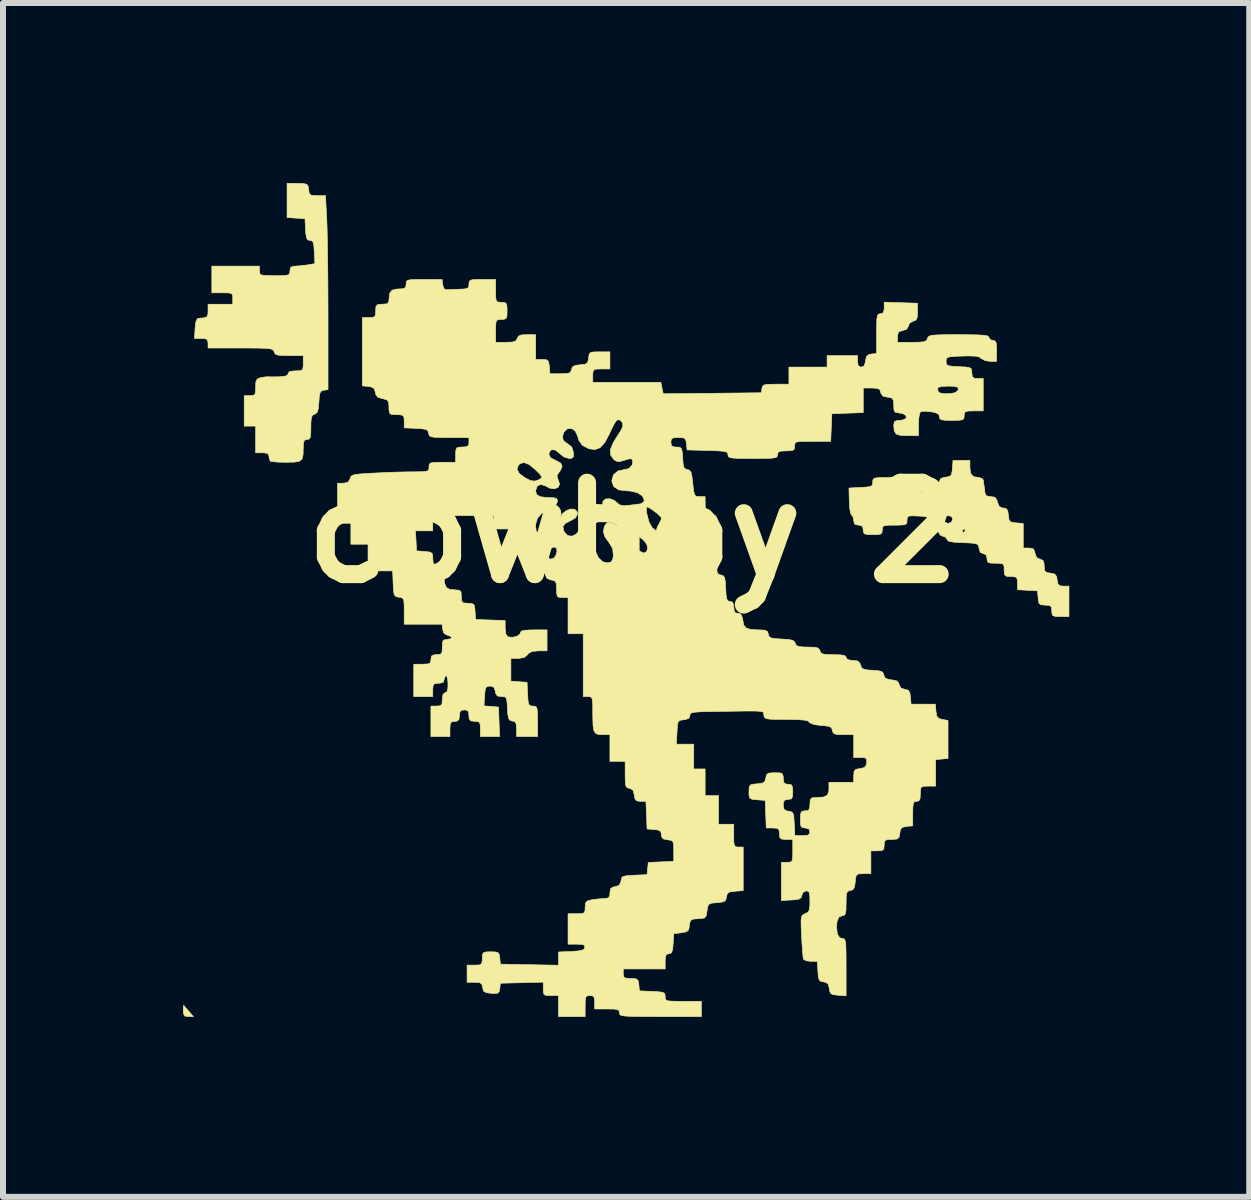
<source format=kicad_pcb>
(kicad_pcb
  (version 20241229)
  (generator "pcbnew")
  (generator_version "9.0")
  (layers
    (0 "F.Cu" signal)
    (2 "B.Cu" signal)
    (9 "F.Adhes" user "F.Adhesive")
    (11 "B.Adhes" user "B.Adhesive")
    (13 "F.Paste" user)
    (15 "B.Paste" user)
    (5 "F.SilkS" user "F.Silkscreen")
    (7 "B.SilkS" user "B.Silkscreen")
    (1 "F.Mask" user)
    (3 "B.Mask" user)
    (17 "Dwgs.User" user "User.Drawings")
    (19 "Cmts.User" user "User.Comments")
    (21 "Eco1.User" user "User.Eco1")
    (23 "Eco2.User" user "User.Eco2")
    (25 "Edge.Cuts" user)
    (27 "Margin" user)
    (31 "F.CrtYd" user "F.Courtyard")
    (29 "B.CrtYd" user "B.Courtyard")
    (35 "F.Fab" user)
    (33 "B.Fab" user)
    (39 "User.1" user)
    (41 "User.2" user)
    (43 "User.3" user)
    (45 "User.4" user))
  (footprint "cowboy 2"
    (layer "F.Cu")
    (at 7.498 5.831)
    (property "Reference" "cowboy 2" (at 0 0 0) (layer "F.SilkS") (effects (font (size 1.524 1.524) (thickness 0.3))))
    (attr through_hole)
    (fp_poly (pts (xy -7.485 7.877) (xy -7.461 7.907) (xy -7.411 7.965) (xy -7.4 7.977) (xy -7.323 8.065) (xy -7.408 8.065) (xy -7.467 8.056) (xy -7.49 8.017) (xy -7.493 7.964) (xy -7.491 7.899) (xy -7.486 7.876) (xy -7.485 7.877)) (stroke (width 0.01) (type solid)) (fill yes) (layer "F.SilkS"))
    (fp_poly (pts (xy -5.588 -5.824) (xy -5.488 -5.821) (xy -5.435 -5.809) (xy -5.412 -5.779) (xy -5.404 -5.722) (xy -5.403 -5.721) (xy -5.393 -5.657) (xy -5.364 -5.628) (xy -5.299 -5.62) (xy -5.258 -5.62) (xy -5.122 -5.62) (xy -5.101 -5.215) (xy -5.096 -5.088) (xy -5.092 -4.908) (xy -5.088 -4.685) (xy -5.085 -4.43) (xy -5.082 -4.152) (xy -5.081 -3.863) (xy -5.08 -3.598) (xy -5.08 -2.386) (xy -5.151 -2.376) (xy -5.192 -2.363) (xy -5.215 -2.328) (xy -5.227 -2.257) (xy -5.232 -2.179) (xy -5.242 -2.071) (xy -5.259 -2.01) (xy -5.29 -1.982) (xy -5.304 -1.977) (xy -5.338 -1.96) (xy -5.357 -1.919) (xy -5.365 -1.841) (xy -5.366 -1.758) (xy -5.368 -1.648) (xy -5.377 -1.587) (xy -5.397 -1.561) (xy -5.429 -1.556) (xy -5.469 -1.546) (xy -5.488 -1.507) (xy -5.493 -1.421) (xy -5.493 -1.415) (xy -5.496 -1.301) (xy -5.513 -1.23) (xy -5.556 -1.193) (xy -5.638 -1.178) (xy -5.771 -1.175) (xy -5.777 -1.175) (xy -5.896 -1.177) (xy -5.989 -1.184) (xy -6.04 -1.194) (xy -6.043 -1.196) (xy -6.061 -1.243) (xy -6.064 -1.275) (xy -6.079 -1.316) (xy -6.134 -1.332) (xy -6.175 -1.333) (xy -6.287 -1.333) (xy -6.287 -1.778) (xy -6.477 -1.778) (xy -6.477 -2.286) (xy -6.382 -2.286) (xy -6.323 -2.29) (xy -6.295 -2.315) (xy -6.287 -2.377) (xy -6.287 -2.426) (xy -6.283 -2.515) (xy -6.263 -2.56) (xy -6.217 -2.582) (xy -6.196 -2.587) (xy -6.121 -2.599) (xy -6.077 -2.601) (xy -6.03 -2.599) (xy -5.945 -2.599) (xy -5.898 -2.6) (xy -5.8 -2.608) (xy -5.754 -2.63) (xy -5.747 -2.651) (xy -5.726 -2.684) (xy -5.656 -2.698) (xy -5.62 -2.699) (xy -5.538 -2.702) (xy -5.502 -2.723) (xy -5.493 -2.781) (xy -5.493 -2.826) (xy -5.493 -2.953) (xy -5.727 -2.953) (xy -5.849 -2.955) (xy -5.922 -2.963) (xy -5.96 -2.98) (xy -5.977 -3.012) (xy -5.978 -3.016) (xy -5.987 -3.039) (xy -6.007 -3.056) (xy -6.047 -3.067) (xy -6.116 -3.074) (xy -6.222 -3.078) (xy -6.376 -3.08) (xy -6.538 -3.08) (xy -7.08 -3.08) (xy -7.08 -3.159) (xy -7.088 -3.213) (xy -7.125 -3.235) (xy -7.193 -3.239) (xy -7.306 -3.239) (xy -7.296 -3.405) (xy -7.284 -3.512) (xy -7.261 -3.565) (xy -7.239 -3.575) (xy -7.145 -3.583) (xy -7.098 -3.601) (xy -7.082 -3.641) (xy -7.08 -3.699) (xy -7.08 -3.81) (xy -6.668 -3.81) (xy -6.668 -3.905) (xy -6.67 -3.96) (xy -6.69 -3.988) (xy -6.741 -3.999) (xy -6.839 -4) (xy -7.017 -4) (xy -7.017 -4.445) (xy -6.223 -4.445) (xy -6.223 -4.366) (xy -6.22 -4.326) (xy -6.204 -4.303) (xy -6.16 -4.291) (xy -6.076 -4.287) (xy -5.969 -4.286) (xy -5.843 -4.287) (xy -5.768 -4.292) (xy -5.73 -4.306) (xy -5.717 -4.332) (xy -5.715 -4.366) (xy -5.703 -4.424) (xy -5.656 -4.444) (xy -5.628 -4.445) (xy -5.536 -4.451) (xy -5.429 -4.464) (xy -5.42 -4.466) (xy -5.299 -4.486) (xy -5.309 -4.68) (xy -5.316 -4.788) (xy -5.33 -4.846) (xy -5.355 -4.87) (xy -5.382 -4.874) (xy -5.418 -4.882) (xy -5.439 -4.917) (xy -5.451 -4.992) (xy -5.455 -5.055) (xy -5.464 -5.235) (xy -5.763 -5.255) (xy -5.763 -5.826) (xy -5.588 -5.824)) (stroke (width 0.01) (type solid)) (fill yes) (layer "F.SilkS"))
    (fp_poly (pts (xy 5.62 -1.083) (xy 5.633 -0.986) (xy 5.681 -0.935) (xy 5.776 -0.921) (xy 5.781 -0.921) (xy 5.834 -0.896) (xy 5.846 -0.865) (xy 5.853 -0.799) (xy 5.857 -0.778) (xy 5.865 -0.722) (xy 5.869 -0.675) (xy 5.886 -0.622) (xy 5.941 -0.604) (xy 5.966 -0.603) (xy 6.036 -0.592) (xy 6.07 -0.545) (xy 6.08 -0.508) (xy 6.109 -0.437) (xy 6.161 -0.413) (xy 6.176 -0.413) (xy 6.227 -0.403) (xy 6.251 -0.362) (xy 6.261 -0.294) (xy 6.272 -0.215) (xy 6.303 -0.179) (xy 6.373 -0.166) (xy 6.39 -0.165) (xy 6.509 -0.155) (xy 6.509 0.254) (xy 6.602 0.254) (xy 6.671 0.264) (xy 6.699 0.307) (xy 6.705 0.341) (xy 6.731 0.413) (xy 6.787 0.439) (xy 6.837 0.459) (xy 6.856 0.511) (xy 6.858 0.556) (xy 6.865 0.629) (xy 6.897 0.662) (xy 6.961 0.673) (xy 7.034 0.688) (xy 7.065 0.729) (xy 7.074 0.786) (xy 7.089 0.857) (xy 7.126 0.885) (xy 7.178 0.889) (xy 7.271 0.889) (xy 7.271 1.397) (xy 7.128 1.397) (xy 7.04 1.394) (xy 6.998 1.378) (xy 6.986 1.338) (xy 6.985 1.302) (xy 6.979 1.237) (xy 6.947 1.211) (xy 6.876 1.206) (xy 6.804 1.201) (xy 6.771 1.174) (xy 6.758 1.104) (xy 6.757 1.087) (xy 6.747 0.968) (xy 6.58 0.959) (xy 6.413 0.949) (xy 6.413 0.84) (xy 6.408 0.766) (xy 6.38 0.736) (xy 6.31 0.73) (xy 6.302 0.73) (xy 6.228 0.725) (xy 6.197 0.698) (xy 6.191 0.628) (xy 6.191 0.619) (xy 6.188 0.551) (xy 6.168 0.519) (xy 6.112 0.509) (xy 6.048 0.508) (xy 5.96 0.505) (xy 5.918 0.489) (xy 5.906 0.45) (xy 5.905 0.429) (xy 5.89 0.366) (xy 5.844 0.349) (xy 5.793 0.327) (xy 5.773 0.262) (xy 5.765 0.219) (xy 5.747 0.193) (xy 5.703 0.178) (xy 5.622 0.17) (xy 5.501 0.165) (xy 5.366 0.158) (xy 5.285 0.147) (xy 5.246 0.128) (xy 5.239 0.11) (xy 5.213 0.072) (xy 5.179 0.064) (xy 5.123 0.037) (xy 5.103 0) (xy 5.078 -0.032) (xy 5.493 -0.032) (xy 5.504 -0.001) (xy 5.507 0) (xy 5.534 -0.022) (xy 5.54 -0.032) (xy 5.538 -0.061) (xy 5.526 -0.064) (xy 5.494 -0.04) (xy 5.493 -0.032) (xy 5.078 -0.032) (xy 5.061 -0.053) (xy 5.021 -0.064) (xy 4.973 -0.08) (xy 4.951 -0.138) (xy 4.947 -0.167) (xy 4.939 -0.22) (xy 5.174 -0.22) (xy 5.196 -0.18) (xy 5.253 -0.156) (xy 5.308 -0.173) (xy 5.334 -0.221) (xy 5.334 -0.222) (xy 5.315 -0.272) (xy 5.255 -0.286) (xy 5.192 -0.266) (xy 5.174 -0.22) (xy 4.939 -0.22) (xy 4.939 -0.225) (xy 4.917 -0.257) (xy 4.865 -0.271) (xy 4.768 -0.279) (xy 4.755 -0.279) (xy 4.652 -0.283) (xy 4.597 -0.277) (xy 4.576 -0.254) (xy 4.572 -0.21) (xy 4.572 -0.208) (xy 4.569 -0.164) (xy 4.549 -0.14) (xy 4.498 -0.13) (xy 4.402 -0.127) (xy 4.366 -0.127) (xy 4.255 -0.126) (xy 4.193 -0.118) (xy 4.166 -0.098) (xy 4.159 -0.061) (xy 4.159 -0.048) (xy 4.154 -0.001) (xy 4.128 0.023) (xy 4.064 0.031) (xy 4 0.032) (xy 3.906 0.029) (xy 3.859 0.016) (xy 3.843 -0.016) (xy 3.842 -0.048) (xy 3.829 -0.108) (xy 3.777 -0.127) (xy 3.762 -0.127) (xy 3.702 -0.14) (xy 3.683 -0.192) (xy 3.683 -0.204) (xy 3.671 -0.267) (xy 3.649 -0.292) (xy 3.63 -0.328) (xy 3.616 -0.411) (xy 3.609 -0.525) (xy 3.604 -0.746) (xy 3.802 -0.756) (xy 3.91 -0.763) (xy 3.97 -0.774) (xy 3.995 -0.798) (xy 4 -0.839) (xy 4 -0.843) (xy 4.003 -0.881) (xy 4.019 -0.904) (xy 4.062 -0.916) (xy 4.143 -0.92) (xy 4.27 -0.921) (xy 4.402 -0.92) (xy 4.482 -0.914) (xy 4.523 -0.901) (xy 4.539 -0.878) (xy 4.54 -0.857) (xy 4.556 -0.81) (xy 4.612 -0.794) (xy 4.633 -0.794) (xy 4.713 -0.776) (xy 4.747 -0.73) (xy 4.793 -0.677) (xy 4.847 -0.667) (xy 4.92 -0.689) (xy 4.944 -0.73) (xy 4.986 -0.784) (xy 5.036 -0.794) (xy 5.097 -0.811) (xy 5.112 -0.855) (xy 5.13 -0.902) (xy 5.192 -0.924) (xy 5.215 -0.927) (xy 5.28 -0.938) (xy 5.312 -0.968) (xy 5.325 -1.037) (xy 5.328 -1.072) (xy 5.338 -1.206) (xy 5.62 -1.206) (xy 5.62 -1.083)) (stroke (width 0.01) (type solid)) (fill yes) (layer "F.SilkS"))
    (fp_poly (pts (xy -3.169 -4.135) (xy -3.149 -4.073) (xy -3.119 -4.051) (xy -3.067 -4.054) (xy -2.975 -4.057) (xy -2.905 -4.059) (xy -2.805 -4.064) (xy -2.753 -4.077) (xy -2.733 -4.105) (xy -2.731 -4.143) (xy -2.727 -4.185) (xy -2.708 -4.209) (xy -2.66 -4.22) (xy -2.568 -4.223) (xy -2.508 -4.223) (xy -2.286 -4.223) (xy -2.286 -4.032) (xy -2.285 -3.927) (xy -2.276 -3.87) (xy -2.252 -3.847) (xy -2.206 -3.842) (xy -2.191 -3.842) (xy -2.132 -3.838) (xy -2.104 -3.814) (xy -2.096 -3.753) (xy -2.095 -3.699) (xy -2.098 -3.611) (xy -2.114 -3.569) (xy -2.155 -3.557) (xy -2.191 -3.556) (xy -2.243 -3.554) (xy -2.272 -3.536) (xy -2.284 -3.489) (xy -2.286 -3.396) (xy -2.286 -3.365) (xy -2.286 -3.175) (xy -2.115 -3.175) (xy -2.013 -3.179) (xy -1.957 -3.193) (xy -1.932 -3.225) (xy -1.928 -3.239) (xy -1.905 -3.279) (xy -1.853 -3.298) (xy -1.765 -3.302) (xy -1.619 -3.302) (xy -1.619 -2.889) (xy -1.51 -2.889) (xy -1.438 -2.884) (xy -1.405 -2.856) (xy -1.392 -2.787) (xy -1.391 -2.77) (xy -1.381 -2.651) (xy -1.206 -2.651) (xy -1.105 -2.654) (xy -1.051 -2.666) (xy -1.028 -2.695) (xy -1.022 -2.721) (xy -1.004 -2.767) (xy -0.954 -2.791) (xy -0.879 -2.8) (xy -0.795 -2.81) (xy -0.754 -2.835) (xy -0.739 -2.889) (xy -0.736 -2.913) (xy -0.728 -2.972) (xy -0.706 -3.003) (xy -0.654 -3.014) (xy -0.555 -3.016) (xy -0.381 -3.016) (xy -0.381 -2.731) (xy -0.524 -2.731) (xy -0.612 -2.728) (xy -0.653 -2.712) (xy -0.666 -2.669) (xy -0.667 -2.619) (xy -0.667 -2.508) (xy 0.468 -2.508) (xy 0.487 -2.412) (xy 0.507 -2.317) (xy 1.325 -2.325) (xy 2.143 -2.334) (xy 2.153 -2.405) (xy 2.164 -2.443) (xy 2.191 -2.464) (xy 2.25 -2.474) (xy 2.355 -2.476) (xy 2.383 -2.477) (xy 2.603 -2.477) (xy 2.603 -2.762) (xy 3.239 -2.762) (xy 3.239 -2.953) (xy 3.747 -2.953) (xy 3.747 -2.857) (xy 3.757 -2.787) (xy 3.794 -2.763) (xy 3.808 -2.762) (xy 3.855 -2.78) (xy 3.877 -2.843) (xy 3.879 -2.865) (xy 3.896 -2.94) (xy 3.938 -2.972) (xy 3.977 -2.979) (xy 4.064 -2.989) (xy 4.064 -3.32) (xy 4.065 -3.468) (xy 4.069 -3.564) (xy 4.078 -3.619) (xy 4.094 -3.644) (xy 4.12 -3.651) (xy 4.128 -3.651) (xy 4.174 -3.666) (xy 4.19 -3.721) (xy 4.191 -3.748) (xy 4.191 -3.844) (xy 4.469 -3.835) (xy 4.747 -3.826) (xy 4.747 -3.683) (xy 4.742 -3.593) (xy 4.724 -3.548) (xy 4.683 -3.531) (xy 4.677 -3.53) (xy 4.614 -3.494) (xy 4.598 -3.451) (xy 4.566 -3.393) (xy 4.501 -3.371) (xy 4.437 -3.353) (xy 4.415 -3.305) (xy 4.413 -3.268) (xy 4.413 -3.175) (xy 4.654 -3.175) (xy 4.778 -3.177) (xy 4.853 -3.184) (xy 4.892 -3.201) (xy 4.91 -3.231) (xy 4.912 -3.239) (xy 4.922 -3.262) (xy 4.943 -3.279) (xy 4.984 -3.291) (xy 5.056 -3.297) (xy 5.167 -3.301) (xy 5.327 -3.302) (xy 5.433 -3.302) (xy 5.625 -3.301) (xy 5.763 -3.298) (xy 5.854 -3.292) (xy 5.908 -3.283) (xy 5.933 -3.269) (xy 5.937 -3.254) (xy 5.964 -3.216) (xy 6.001 -3.207) (xy 6.037 -3.199) (xy 6.057 -3.166) (xy 6.064 -3.093) (xy 6.064 -3.032) (xy 6.064 -2.857) (xy 5.957 -2.857) (xy 5.871 -2.871) (xy 5.811 -2.904) (xy 5.809 -2.906) (xy 5.774 -2.931) (xy 5.711 -2.944) (xy 5.608 -2.948) (xy 5.496 -2.946) (xy 5.364 -2.941) (xy 5.284 -2.933) (xy 5.242 -2.919) (xy 5.225 -2.895) (xy 5.223 -2.857) (xy 5.227 -2.815) (xy 5.248 -2.791) (xy 5.3 -2.778) (xy 5.397 -2.771) (xy 5.437 -2.769) (xy 5.551 -2.763) (xy 5.615 -2.753) (xy 5.644 -2.732) (xy 5.651 -2.693) (xy 5.652 -2.666) (xy 5.66 -2.599) (xy 5.697 -2.575) (xy 5.747 -2.572) (xy 5.842 -2.572) (xy 5.842 -2.032) (xy 5.683 -2.032) (xy 5.589 -2.029) (xy 5.542 -2.016) (xy 5.526 -1.984) (xy 5.524 -1.953) (xy 5.521 -1.91) (xy 5.5 -1.886) (xy 5.449 -1.876) (xy 5.352 -1.873) (xy 5.318 -1.873) (xy 5.206 -1.875) (xy 5.144 -1.884) (xy 5.117 -1.904) (xy 5.112 -1.935) (xy 5.098 -1.977) (xy 5.045 -2.003) (xy 4.971 -2.017) (xy 4.878 -2.026) (xy 4.811 -2.022) (xy 4.797 -2.018) (xy 4.778 -1.977) (xy 4.766 -1.893) (xy 4.763 -1.808) (xy 4.763 -1.619) (xy 4.575 -1.619) (xy 4.457 -1.625) (xy 4.389 -1.648) (xy 4.358 -1.7) (xy 4.35 -1.791) (xy 4.35 -1.796) (xy 4.361 -1.852) (xy 4.407 -1.872) (xy 4.443 -1.873) (xy 4.517 -1.884) (xy 4.558 -1.909) (xy 4.556 -1.951) (xy 4.506 -1.985) (xy 4.424 -2) (xy 4.421 -2) (xy 4.375 -2.009) (xy 4.354 -2.047) (xy 4.35 -2.125) (xy 4.346 -2.206) (xy 4.323 -2.244) (xy 4.266 -2.258) (xy 4.247 -2.26) (xy 4.169 -2.279) (xy 4.137 -2.324) (xy 4.133 -2.342) (xy 4.118 -2.386) (xy 4.087 -2.402) (xy 5.08 -2.402) (xy 5.094 -2.348) (xy 5.101 -2.339) (xy 5.148 -2.324) (xy 5.23 -2.318) (xy 5.318 -2.324) (xy 5.379 -2.337) (xy 5.423 -2.376) (xy 5.429 -2.401) (xy 5.41 -2.428) (xy 5.345 -2.442) (xy 5.255 -2.445) (xy 5.145 -2.439) (xy 5.09 -2.422) (xy 5.08 -2.402) (xy 4.087 -2.402) (xy 4.078 -2.407) (xy 3.994 -2.413) (xy 3.982 -2.413) (xy 3.842 -2.413) (xy 3.842 -2.003) (xy 3.58 -1.994) (xy 3.318 -1.984) (xy 3.309 -1.754) (xy 3.299 -1.524) (xy 2.999 -1.524) (xy 2.86 -1.523) (xy 2.772 -1.52) (xy 2.724 -1.51) (xy 2.703 -1.49) (xy 2.699 -1.458) (xy 2.699 -1.445) (xy 2.693 -1.396) (xy 2.664 -1.372) (xy 2.594 -1.366) (xy 2.556 -1.365) (xy 2.467 -1.361) (xy 2.424 -1.344) (xy 2.413 -1.306) (xy 2.413 -1.302) (xy 2.409 -1.276) (xy 2.392 -1.258) (xy 2.351 -1.247) (xy 2.276 -1.241) (xy 2.157 -1.239) (xy 2 -1.238) (xy 1.832 -1.239) (xy 1.716 -1.242) (xy 1.645 -1.248) (xy 1.606 -1.26) (xy 1.59 -1.278) (xy 1.587 -1.301) (xy 1.583 -1.328) (xy 1.561 -1.347) (xy 1.512 -1.359) (xy 1.424 -1.366) (xy 1.285 -1.371) (xy 1.246 -1.372) (xy 0.905 -1.381) (xy 0.895 -1.484) (xy 0.883 -1.551) (xy 0.853 -1.58) (xy 0.783 -1.587) (xy 0.76 -1.587) (xy 0.679 -1.583) (xy 0.643 -1.562) (xy 0.635 -1.513) (xy 0.635 -1.508) (xy 0.645 -1.451) (xy 0.69 -1.43) (xy 0.729 -1.429) (xy 0.782 -1.426) (xy 0.81 -1.406) (xy 0.824 -1.354) (xy 0.831 -1.255) (xy 0.832 -1.246) (xy 0.84 -1.141) (xy 0.856 -1.084) (xy 0.885 -1.06) (xy 0.91 -1.054) (xy 0.947 -1.041) (xy 0.971 -1.007) (xy 0.987 -0.936) (xy 1 -0.824) (xy 1.013 -0.708) (xy 1.027 -0.642) (xy 1.049 -0.612) (xy 1.087 -0.604) (xy 1.114 -0.603) (xy 1.205 -0.603) (xy 1.214 -0.167) (xy 1.222 0.27) (xy 1.31 0.28) (xy 1.357 0.289) (xy 1.383 0.311) (xy 1.394 0.363) (xy 1.397 0.459) (xy 1.397 0.492) (xy 1.399 0.602) (xy 1.408 0.665) (xy 1.43 0.693) (xy 1.468 0.704) (xy 1.507 0.716) (xy 1.53 0.746) (xy 1.542 0.809) (xy 1.549 0.921) (xy 1.549 0.929) (xy 1.556 1.043) (xy 1.568 1.108) (xy 1.589 1.137) (xy 1.621 1.143) (xy 1.666 1.159) (xy 1.682 1.216) (xy 1.683 1.238) (xy 1.692 1.307) (xy 1.714 1.337) (xy 1.714 1.337) (xy 1.775 1.344) (xy 1.786 1.345) (xy 1.814 1.376) (xy 1.833 1.447) (xy 1.835 1.465) (xy 1.851 1.541) (xy 1.889 1.587) (xy 1.964 1.611) (xy 2.086 1.619) (xy 2.117 1.619) (xy 2.203 1.624) (xy 2.245 1.646) (xy 2.26 1.691) (xy 2.271 1.729) (xy 2.302 1.752) (xy 2.366 1.764) (xy 2.479 1.771) (xy 2.481 1.771) (xy 2.597 1.779) (xy 2.665 1.793) (xy 2.698 1.818) (xy 2.708 1.843) (xy 2.727 1.878) (xy 2.769 1.897) (xy 2.85 1.904) (xy 2.914 1.905) (xy 3.023 1.908) (xy 3.083 1.92) (xy 3.112 1.946) (xy 3.121 1.968) (xy 3.138 2.003) (xy 3.175 2.022) (xy 3.249 2.031) (xy 3.347 2.032) (xy 3.463 2.035) (xy 3.529 2.046) (xy 3.554 2.068) (xy 3.556 2.08) (xy 3.58 2.115) (xy 3.657 2.127) (xy 3.667 2.127) (xy 3.746 2.136) (xy 3.784 2.17) (xy 3.797 2.205) (xy 3.815 2.25) (xy 3.852 2.275) (xy 3.924 2.288) (xy 3.996 2.292) (xy 4.099 2.301) (xy 4.155 2.317) (xy 4.179 2.347) (xy 4.185 2.372) (xy 4.206 2.421) (xy 4.263 2.445) (xy 4.312 2.451) (xy 4.394 2.466) (xy 4.432 2.501) (xy 4.439 2.53) (xy 4.471 2.589) (xy 4.534 2.61) (xy 4.592 2.625) (xy 4.619 2.668) (xy 4.629 2.738) (xy 4.639 2.857) (xy 5.044 2.857) (xy 5.054 2.976) (xy 5.068 3.057) (xy 5.101 3.095) (xy 5.159 3.112) (xy 5.255 3.128) (xy 5.255 3.762) (xy 5.151 3.772) (xy 5.048 3.782) (xy 5.048 4.223) (xy 4.921 4.223) (xy 4.84 4.226) (xy 4.804 4.247) (xy 4.795 4.305) (xy 4.794 4.35) (xy 4.789 4.433) (xy 4.767 4.47) (xy 4.731 4.477) (xy 4.696 4.483) (xy 4.677 4.512) (xy 4.669 4.577) (xy 4.667 4.681) (xy 4.667 4.885) (xy 4.564 4.895) (xy 4.491 4.911) (xy 4.46 4.952) (xy 4.451 5.009) (xy 4.439 5.075) (xy 4.409 5.104) (xy 4.339 5.112) (xy 4.316 5.112) (xy 4.235 5.116) (xy 4.2 5.137) (xy 4.191 5.189) (xy 4.191 5.207) (xy 4.185 5.271) (xy 4.153 5.297) (xy 4.08 5.302) (xy 3.969 5.302) (xy 3.969 5.683) (xy 3.844 5.683) (xy 3.765 5.686) (xy 3.727 5.708) (xy 3.713 5.764) (xy 3.709 5.818) (xy 3.696 5.906) (xy 3.67 5.949) (xy 3.627 5.963) (xy 3.589 5.974) (xy 3.567 6.003) (xy 3.558 6.066) (xy 3.556 6.176) (xy 3.556 6.178) (xy 3.554 6.289) (xy 3.544 6.351) (xy 3.524 6.377) (xy 3.496 6.382) (xy 3.436 6.406) (xy 3.404 6.483) (xy 3.397 6.572) (xy 3.41 6.688) (xy 3.449 6.75) (xy 3.496 6.763) (xy 3.519 6.767) (xy 3.535 6.784) (xy 3.546 6.826) (xy 3.552 6.899) (xy 3.555 7.015) (xy 3.556 7.183) (xy 3.556 7.241) (xy 3.556 7.719) (xy 3.421 7.709) (xy 3.336 7.699) (xy 3.295 7.675) (xy 3.279 7.623) (xy 3.276 7.598) (xy 3.259 7.525) (xy 3.215 7.493) (xy 3.181 7.487) (xy 3.131 7.476) (xy 3.104 7.446) (xy 3.091 7.381) (xy 3.086 7.31) (xy 3.076 7.144) (xy 2.966 7.144) (xy 2.889 7.134) (xy 2.845 7.108) (xy 2.843 7.104) (xy 2.837 7.057) (xy 2.829 6.962) (xy 2.82 6.834) (xy 2.814 6.722) (xy 2.807 6.571) (xy 2.805 6.471) (xy 2.811 6.411) (xy 2.825 6.377) (xy 2.851 6.359) (xy 2.875 6.349) (xy 2.92 6.325) (xy 2.943 6.285) (xy 2.952 6.21) (xy 2.953 6.144) (xy 2.95 6.043) (xy 2.938 5.99) (xy 2.911 5.971) (xy 2.891 5.969) (xy 2.836 5.996) (xy 2.82 6.04) (xy 2.806 6.083) (xy 2.768 6.107) (xy 2.69 6.118) (xy 2.643 6.121) (xy 2.477 6.131) (xy 2.477 5.493) (xy 2.572 5.493) (xy 2.624 5.49) (xy 2.653 5.473) (xy 2.665 5.425) (xy 2.667 5.333) (xy 2.667 5.302) (xy 2.667 5.112) (xy 2.556 5.112) (xy 2.481 5.106) (xy 2.451 5.08) (xy 2.445 5.016) (xy 2.438 4.952) (xy 2.407 4.926) (xy 2.335 4.921) (xy 2.225 4.921) (xy 2.216 4.691) (xy 2.207 4.461) (xy 2.072 4.451) (xy 1.987 4.442) (xy 1.948 4.42) (xy 1.937 4.366) (xy 1.937 4.318) (xy 1.94 4.241) (xy 1.961 4.203) (xy 2.019 4.189) (xy 2.072 4.185) (xy 2.158 4.174) (xy 2.199 4.15) (xy 2.215 4.099) (xy 2.217 4.088) (xy 2.229 4.034) (xy 2.261 4.008) (xy 2.331 4.001) (xy 2.367 4) (xy 2.455 4.003) (xy 2.495 4.02) (xy 2.508 4.062) (xy 2.508 4.096) (xy 2.517 4.164) (xy 2.553 4.189) (xy 2.588 4.191) (xy 2.639 4.198) (xy 2.661 4.231) (xy 2.667 4.307) (xy 2.667 4.318) (xy 2.663 4.4) (xy 2.642 4.436) (xy 2.595 4.445) (xy 2.588 4.445) (xy 2.53 4.456) (xy 2.51 4.5) (xy 2.508 4.538) (xy 2.519 4.607) (xy 2.562 4.636) (xy 2.596 4.641) (xy 2.643 4.651) (xy 2.671 4.675) (xy 2.684 4.73) (xy 2.691 4.831) (xy 2.692 4.85) (xy 2.702 5.048) (xy 2.827 5.048) (xy 2.91 5.043) (xy 2.946 5.021) (xy 2.953 4.985) (xy 2.934 4.935) (xy 2.873 4.921) (xy 2.824 4.915) (xy 2.801 4.886) (xy 2.794 4.817) (xy 2.794 4.778) (xy 2.797 4.69) (xy 2.813 4.648) (xy 2.852 4.636) (xy 2.873 4.636) (xy 2.927 4.627) (xy 2.949 4.59) (xy 2.953 4.524) (xy 2.958 4.45) (xy 2.985 4.419) (xy 3.054 4.413) (xy 3.061 4.413) (xy 3.176 4.406) (xy 3.24 4.377) (xy 3.267 4.318) (xy 3.27 4.267) (xy 3.27 4.159) (xy 3.683 4.159) (xy 3.683 4.05) (xy 3.689 3.976) (xy 3.72 3.943) (xy 3.786 3.931) (xy 3.86 3.914) (xy 3.892 3.872) (xy 3.899 3.834) (xy 3.9 3.776) (xy 3.873 3.751) (xy 3.8 3.747) (xy 3.796 3.747) (xy 3.683 3.747) (xy 3.683 3.365) (xy 3.511 3.365) (xy 3.41 3.363) (xy 3.357 3.35) (xy 3.334 3.321) (xy 3.328 3.294) (xy 3.314 3.252) (xy 3.278 3.229) (xy 3.203 3.217) (xy 3.143 3.213) (xy 3.024 3.197) (xy 2.954 3.169) (xy 2.943 3.157) (xy 2.917 3.136) (xy 2.86 3.123) (xy 2.762 3.115) (xy 2.613 3.112) (xy 2.557 3.111) (xy 2.401 3.111) (xy 2.297 3.108) (xy 2.235 3.1) (xy 2.203 3.085) (xy 2.189 3.062) (xy 2.185 3.04) (xy 2.183 3.017) (xy 2.179 2.999) (xy 2.167 2.987) (xy 2.137 2.978) (xy 2.084 2.973) (xy 1.999 2.971) (xy 1.875 2.971) (xy 1.704 2.974) (xy 1.479 2.977) (xy 1.413 2.978) (xy 1.233 2.981) (xy 1.107 2.985) (xy 1.026 2.992) (xy 0.979 3.003) (xy 0.958 3.018) (xy 0.953 3.041) (xy 0.953 3.046) (xy 0.935 3.093) (xy 0.872 3.115) (xy 0.849 3.117) (xy 0.793 3.125) (xy 0.761 3.145) (xy 0.746 3.193) (xy 0.739 3.284) (xy 0.737 3.326) (xy 0.727 3.524) (xy 1.016 3.524) (xy 1.016 3.937) (xy 1.206 3.937) (xy 1.206 4.381) (xy 1.429 4.381) (xy 1.429 4.858) (xy 1.683 4.858) (xy 1.683 5.048) (xy 1.684 5.154) (xy 1.694 5.211) (xy 1.717 5.234) (xy 1.759 5.239) (xy 1.762 5.239) (xy 1.841 5.239) (xy 1.841 5.965) (xy 1.707 5.975) (xy 1.62 5.986) (xy 1.579 6.011) (xy 1.563 6.061) (xy 1.562 6.071) (xy 1.549 6.123) (xy 1.516 6.15) (xy 1.444 6.163) (xy 1.403 6.166) (xy 1.313 6.174) (xy 1.267 6.194) (xy 1.247 6.242) (xy 1.238 6.302) (xy 1.224 6.384) (xy 1.196 6.421) (xy 1.134 6.432) (xy 1.103 6.433) (xy 1.011 6.439) (xy 0.965 6.461) (xy 0.947 6.513) (xy 0.942 6.561) (xy 0.93 6.621) (xy 0.893 6.651) (xy 0.812 6.667) (xy 0.809 6.668) (xy 0.683 6.683) (xy 0.673 6.85) (xy 0.664 6.949) (xy 0.646 6.999) (xy 0.615 7.016) (xy 0.602 7.017) (xy 0.561 7.028) (xy 0.543 7.073) (xy 0.54 7.144) (xy 0.54 7.271) (xy -0.159 7.271) (xy -0.159 7.35) (xy -0.152 7.402) (xy -0.118 7.424) (xy -0.041 7.429) (xy -0.034 7.429) (xy 0.047 7.434) (xy 0.085 7.457) (xy 0.099 7.513) (xy 0.101 7.533) (xy 0.111 7.636) (xy 0.325 7.645) (xy 0.439 7.652) (xy 0.503 7.662) (xy 0.532 7.683) (xy 0.54 7.719) (xy 0.54 7.733) (xy 0.542 7.769) (xy 0.557 7.791) (xy 0.596 7.804) (xy 0.671 7.809) (xy 0.794 7.81) (xy 0.841 7.811) (xy 1.143 7.811) (xy 1.143 8.065) (xy 0.46 8.065) (xy 0.236 8.064) (xy 0.067 8.063) (xy -0.055 8.06) (xy -0.136 8.055) (xy -0.186 8.047) (xy -0.212 8.035) (xy -0.221 8.018) (xy -0.222 8.001) (xy -0.229 7.967) (xy -0.257 7.947) (xy -0.322 7.939) (xy -0.429 7.938) (xy -0.635 7.938) (xy -0.635 7.826) (xy -0.641 7.751) (xy -0.668 7.72) (xy -0.714 7.715) (xy -0.76 7.72) (xy -0.784 7.744) (xy -0.792 7.803) (xy -0.794 7.89) (xy -0.794 8.065) (xy -1.238 8.065) (xy -1.238 7.715) (xy -1.365 7.715) (xy -1.447 7.712) (xy -1.483 7.691) (xy -1.492 7.637) (xy -1.492 7.603) (xy -1.492 7.491) (xy -1.849 7.5) (xy -2.207 7.509) (xy -2.217 7.598) (xy -2.228 7.654) (xy -2.259 7.677) (xy -2.327 7.679) (xy -2.36 7.677) (xy -2.445 7.666) (xy -2.486 7.641) (xy -2.501 7.589) (xy -2.502 7.58) (xy -2.516 7.524) (xy -2.552 7.499) (xy -2.63 7.493) (xy -2.637 7.493) (xy -2.762 7.493) (xy -2.762 7.207) (xy -2.635 7.207) (xy -2.554 7.204) (xy -2.518 7.183) (xy -2.509 7.129) (xy -2.508 7.096) (xy -2.505 7.028) (xy -2.484 6.995) (xy -2.428 6.986) (xy -2.367 6.985) (xy -2.28 6.988) (xy -2.237 7.006) (xy -2.221 7.051) (xy -2.217 7.088) (xy -2.207 7.191) (xy -1.722 7.2) (xy -1.238 7.209) (xy -1.238 6.988) (xy -1.024 6.979) (xy -0.906 6.97) (xy -0.838 6.956) (xy -0.806 6.932) (xy -0.8 6.914) (xy -0.803 6.879) (xy -0.841 6.862) (xy -0.927 6.858) (xy -0.934 6.858) (xy -1.079 6.858) (xy -1.079 6.35) (xy -0.937 6.35) (xy -0.849 6.348) (xy -0.807 6.332) (xy -0.795 6.289) (xy -0.794 6.243) (xy -0.788 6.172) (xy -0.758 6.137) (xy -0.685 6.118) (xy -0.675 6.116) (xy -0.569 6.103) (xy -0.474 6.096) (xy -0.468 6.096) (xy -0.406 6.087) (xy -0.383 6.046) (xy -0.381 6.003) (xy -0.371 5.934) (xy -0.328 5.905) (xy -0.294 5.9) (xy -0.226 5.877) (xy -0.198 5.817) (xy -0.196 5.804) (xy -0.188 5.758) (xy -0.164 5.731) (xy -0.112 5.718) (xy -0.015 5.71) (xy 0.026 5.708) (xy 0.238 5.699) (xy 0.248 5.597) (xy 0.258 5.496) (xy 0.47 5.486) (xy 0.683 5.477) (xy 0.683 5.302) (xy 0.681 5.202) (xy 0.67 5.149) (xy 0.64 5.127) (xy 0.583 5.118) (xy 0.579 5.118) (xy 0.507 5.102) (xy 0.479 5.064) (xy 0.476 5.032) (xy 0.467 4.981) (xy 0.426 4.956) (xy 0.357 4.947) (xy 0.238 4.937) (xy 0.229 4.707) (xy 0.219 4.477) (xy 0.128 4.477) (xy 0.063 4.468) (xy 0.035 4.43) (xy 0.026 4.374) (xy 0.007 4.296) (xy -0.038 4.264) (xy -0.056 4.26) (xy -0.093 4.25) (xy -0.115 4.223) (xy -0.124 4.164) (xy -0.127 4.059) (xy -0.127 4.03) (xy -0.127 3.81) (xy -0.381 3.81) (xy -0.381 3.365) (xy -0.505 3.365) (xy -0.574 3.362) (xy -0.62 3.343) (xy -0.648 3.298) (xy -0.662 3.218) (xy -0.666 3.09) (xy -0.667 2.998) (xy -0.667 2.868) (xy -0.672 2.789) (xy -0.685 2.748) (xy -0.709 2.733) (xy -0.746 2.731) (xy -0.826 2.731) (xy -0.826 1.683) (xy -1.079 1.683) (xy -1.079 1.079) (xy -1.175 1.079) (xy -1.234 1.075) (xy -1.261 1.051) (xy -1.27 0.989) (xy -1.27 0.939) (xy -1.274 0.851) (xy -1.292 0.808) (xy -1.335 0.791) (xy -1.357 0.788) (xy -1.43 0.761) (xy -1.455 0.708) (xy -1.48 0.655) (xy -1.548 0.631) (xy -1.566 0.629) (xy -1.667 0.619) (xy -1.676 0.405) (xy -1.68 0.329) (xy -1.422 0.329) (xy -1.419 0.393) (xy -1.384 0.44) (xy -1.329 0.429) (xy -1.313 0.42) (xy -1.281 0.373) (xy -1.265 0.318) (xy -1.268 0.257) (xy -1.308 0.238) (xy -1.314 0.238) (xy -1.383 0.265) (xy -1.422 0.329) (xy -1.68 0.329) (xy -1.682 0.291) (xy -1.692 0.227) (xy -1.713 0.198) (xy -1.752 0.191) (xy -1.779 0.191) (xy -1.84 0.185) (xy -1.866 0.158) (xy -1.873 0.09) (xy -1.873 0.064) (xy -1.873 -0.064) (xy -2.318 -0.064) (xy -2.318 -0.286) (xy -3.334 -0.286) (xy -3.334 -0.032) (xy -3.623 -0.032) (xy -3.613 0.135) (xy -3.604 0.302) (xy -3.469 0.311) (xy -3.384 0.321) (xy -3.345 0.343) (xy -3.334 0.393) (xy -3.334 0.428) (xy -3.327 0.503) (xy -3.295 0.536) (xy -3.246 0.546) (xy -3.196 0.556) (xy -3.169 0.584) (xy -3.155 0.646) (xy -3.149 0.73) (xy -3.136 0.847) (xy -3.106 0.914) (xy -3.048 0.945) (xy -2.961 0.952) (xy -2.891 0.958) (xy -2.863 0.987) (xy -2.858 1.06) (xy -2.857 1.064) (xy -2.853 1.138) (xy -2.825 1.169) (xy -2.755 1.175) (xy -2.748 1.175) (xy -2.679 1.179) (xy -2.646 1.203) (xy -2.633 1.264) (xy -2.629 1.31) (xy -2.619 1.445) (xy -2.373 1.454) (xy -2.127 1.463) (xy -2.127 1.59) (xy -2.115 1.691) (xy -2.08 1.735) (xy -2.008 1.743) (xy -1.933 1.725) (xy -1.882 1.69) (xy -1.873 1.666) (xy -1.86 1.641) (xy -1.811 1.626) (xy -1.717 1.62) (xy -1.651 1.619) (xy -1.429 1.619) (xy -1.429 1.968) (xy -1.571 1.968) (xy -1.674 1.977) (xy -1.734 2.007) (xy -1.754 2.032) (xy -1.811 2.08) (xy -1.91 2.095) (xy -1.913 2.095) (xy -2.032 2.095) (xy -2.032 2.473) (xy -1.897 2.483) (xy -1.762 2.492) (xy -1.753 2.691) (xy -1.746 2.799) (xy -1.734 2.859) (xy -1.71 2.884) (xy -1.669 2.889) (xy -1.665 2.889) (xy -1.627 2.892) (xy -1.604 2.909) (xy -1.592 2.954) (xy -1.588 3.039) (xy -1.587 3.143) (xy -1.587 3.397) (xy -1.937 3.397) (xy -1.937 3.272) (xy -1.943 3.189) (xy -1.967 3.15) (xy -2.008 3.138) (xy -2.048 3.125) (xy -2.071 3.093) (xy -2.083 3.026) (xy -2.089 2.929) (xy -2.096 2.821) (xy -2.107 2.761) (xy -2.131 2.736) (xy -2.174 2.731) (xy -2.19 2.731) (xy -2.258 2.72) (xy -2.287 2.675) (xy -2.292 2.643) (xy -2.312 2.578) (xy -2.364 2.556) (xy -2.381 2.556) (xy -2.428 2.561) (xy -2.453 2.589) (xy -2.465 2.654) (xy -2.47 2.721) (xy -2.48 2.885) (xy -2.238 2.905) (xy -2.229 3.151) (xy -2.22 3.397) (xy -2.54 3.397) (xy -2.54 3.27) (xy -2.544 3.189) (xy -2.564 3.153) (xy -2.615 3.143) (xy -2.635 3.143) (xy -2.703 3.135) (xy -2.728 3.098) (xy -2.731 3.048) (xy -2.739 2.98) (xy -2.775 2.955) (xy -2.81 2.953) (xy -2.867 2.963) (xy -2.887 3.007) (xy -2.889 3.048) (xy -2.898 3.116) (xy -2.934 3.141) (xy -2.969 3.143) (xy -3.02 3.15) (xy -3.042 3.183) (xy -3.048 3.259) (xy -3.048 3.27) (xy -3.048 3.397) (xy -3.365 3.397) (xy -3.365 2.889) (xy -3.27 2.889) (xy -3.206 2.883) (xy -3.18 2.852) (xy -3.175 2.778) (xy -3.165 2.696) (xy -3.132 2.667) (xy -3.127 2.667) (xy -3.096 2.648) (xy -3.082 2.585) (xy -3.08 2.524) (xy -3.086 2.439) (xy -3.102 2.388) (xy -3.111 2.381) (xy -3.137 2.408) (xy -3.143 2.445) (xy -3.158 2.491) (xy -3.214 2.508) (xy -3.239 2.508) (xy -3.302 2.514) (xy -3.329 2.546) (xy -3.334 2.619) (xy -3.334 2.731) (xy -3.651 2.731) (xy -3.651 2.191) (xy -3.508 2.191) (xy -3.42 2.187) (xy -3.378 2.171) (xy -3.366 2.133) (xy -3.365 2.111) (xy -3.355 2.055) (xy -3.312 2.034) (xy -3.27 2.032) (xy -3.209 2.027) (xy -3.182 2) (xy -3.175 1.932) (xy -3.175 1.905) (xy -3.171 1.823) (xy -3.15 1.787) (xy -3.103 1.778) (xy -3.096 1.778) (xy -3.031 1.765) (xy -3.021 1.738) (xy -3.067 1.713) (xy -3.088 1.709) (xy -3.147 1.678) (xy -3.169 1.611) (xy -3.179 1.524) (xy -3.81 1.524) (xy -3.81 1.304) (xy -3.811 1.188) (xy -3.818 1.122) (xy -3.837 1.089) (xy -3.872 1.077) (xy -3.897 1.074) (xy -3.944 1.065) (xy -3.971 1.042) (xy -3.985 0.991) (xy -3.992 0.896) (xy -3.994 0.849) (xy -4.003 0.635) (xy -4.413 0.635) (xy -4.413 0.191) (xy -4.699 0.191) (xy -4.699 -0.159) (xy -4.921 -0.159) (xy -4.921 -0.696) (xy -1.619 -0.696) (xy -1.602 -0.636) (xy -1.542 -0.601) (xy -1.433 -0.588) (xy -1.397 -0.587) (xy -1.308 -0.583) (xy -1.265 -0.566) (xy -1.254 -0.528) (xy -1.254 -0.524) (xy -1.281 -0.466) (xy -1.365 -0.408) (xy -1.394 -0.393) (xy -1.518 -0.321) (xy -1.589 -0.243) (xy -1.618 -0.145) (xy -1.619 -0.106) (xy -1.609 -0.028) (xy -1.57 0.009) (xy -1.543 0.018) (xy -1.435 0.015) (xy -1.336 -0.044) (xy -1.256 -0.153) (xy -1.222 -0.235) (xy -1.177 -0.313) (xy -1.11 -0.369) (xy -1.036 -0.396) (xy -0.97 -0.392) (xy -0.928 -0.353) (xy -0.921 -0.312) (xy -0.952 -0.252) (xy -1.03 -0.205) (xy -1.125 -0.156) (xy -1.164 -0.105) (xy -1.154 -0.04) (xy -1.141 -0.013) (xy -1.084 0.047) (xy -1.013 0.057) (xy -0.943 0.023) (xy -0.888 -0.046) (xy -0.859 -0.143) (xy -0.857 -0.172) (xy -0.837 -0.261) (xy -0.784 -0.308) (xy -0.714 -0.304) (xy -0.678 -0.282) (xy -0.651 -0.246) (xy -0.64 -0.187) (xy -0.644 -0.088) (xy -0.649 -0.028) (xy -0.652 0.149) (xy -0.626 0.299) (xy -0.574 0.414) (xy -0.502 0.484) (xy -0.415 0.502) (xy -0.359 0.485) (xy -0.332 0.438) (xy -0.324 0.377) (xy -0.335 0.264) (xy -0.39 0.171) (xy -0.45 0.086) (xy -0.026 0.086) (xy -0.000257 0.156) (xy 0.043 0.233) (xy 0.094 0.293) (xy 0.107 0.303) (xy 0.182 0.338) (xy 0.229 0.316) (xy 0.249 0.257) (xy 0.234 0.194) (xy 0.183 0.126) (xy 0.113 0.069) (xy 0.042 0.035) (xy -0.014 0.037) (xy -0.023 0.044) (xy -0.026 0.086) (xy -0.45 0.086) (xy -0.464 0.067) (xy -0.491 -0.016) (xy -0.476 -0.097) (xy -0.47 -0.112) (xy -0.429 -0.169) (xy -0.374 -0.173) (xy -0.368 -0.172) (xy -0.3 -0.143) (xy -0.271 -0.123) (xy -0.216 -0.096) (xy -0.171 -0.11) (xy -0.159 -0.142) (xy -0.185 -0.184) (xy -0.25 -0.234) (xy -0.285 -0.254) (xy -0.392 -0.324) (xy -0.44 -0.376) (xy 0.226 -0.376) (xy 0.235 -0.314) (xy 0.271 -0.179) (xy 0.324 -0.083) (xy 0.389 -0.034) (xy 0.457 -0.037) (xy 0.507 -0.078) (xy 0.53 -0.15) (xy 0.496 -0.234) (xy 0.407 -0.323) (xy 0.404 -0.325) (xy 0.306 -0.397) (xy 0.25 -0.429) (xy 0.227 -0.423) (xy 0.226 -0.376) (xy -0.44 -0.376) (xy -0.467 -0.405) (xy -0.501 -0.484) (xy -0.497 -0.524) (xy -0.453 -0.564) (xy -0.381 -0.567) (xy -0.303 -0.536) (xy -0.268 -0.505) (xy -0.217 -0.464) (xy -0.153 -0.451) (xy -0.064 -0.458) (xy 0.036 -0.47) (xy 0.117 -0.481) (xy 0.135 -0.483) (xy 0.182 -0.515) (xy 0.191 -0.545) (xy 0.161 -0.613) (xy 0.082 -0.666) (xy -0.034 -0.695) (xy -0.1 -0.699) (xy -0.235 -0.716) (xy -0.317 -0.77) (xy -0.349 -0.859) (xy -0.349 -0.873) (xy -0.321 -0.968) (xy -0.247 -1.03) (xy -0.163 -1.048) (xy -0.064 -1.07) (xy -0.009 -1.131) (xy 0 -1.181) (xy -0.007 -1.223) (xy -0.038 -1.235) (xy -0.106 -1.22) (xy -0.155 -1.203) (xy -0.234 -1.184) (xy -0.289 -1.2) (xy -0.319 -1.224) (xy -0.37 -1.298) (xy -0.372 -1.39) (xy -0.323 -1.507) (xy -0.27 -1.592) (xy -0.199 -1.702) (xy -0.166 -1.776) (xy -0.168 -1.828) (xy -0.201 -1.869) (xy -0.202 -1.87) (xy -0.236 -1.887) (xy -0.27 -1.873) (xy -0.308 -1.819) (xy -0.359 -1.718) (xy -0.391 -1.646) (xy -0.467 -1.502) (xy -0.546 -1.417) (xy -0.634 -1.386) (xy -0.733 -1.402) (xy -0.839 -1.457) (xy -0.899 -1.542) (xy -0.921 -1.616) (xy -0.961 -1.7) (xy -1.024 -1.739) (xy -1.092 -1.732) (xy -1.147 -1.68) (xy -1.169 -1.611) (xy -1.161 -1.543) (xy -1.107 -1.496) (xy -1.089 -1.487) (xy -1.018 -1.431) (xy -0.99 -1.343) (xy -0.99 -1.341) (xy -0.989 -1.27) (xy -1.014 -1.243) (xy -1.063 -1.238) (xy -1.152 -1.266) (xy -1.219 -1.323) (xy -1.289 -1.378) (xy -1.351 -1.386) (xy -1.39 -1.347) (xy -1.397 -1.305) (xy -1.37 -1.249) (xy -1.286 -1.207) (xy -1.286 -1.206) (xy -1.201 -1.161) (xy -1.177 -1.101) (xy -1.215 -1.024) (xy -1.229 -1.009) (xy -1.264 -0.952) (xy -1.251 -0.897) (xy -1.245 -0.888) (xy -1.22 -0.812) (xy -1.244 -0.758) (xy -1.303 -0.733) (xy -1.385 -0.744) (xy -1.455 -0.781) (xy -1.532 -0.807) (xy -1.593 -0.779) (xy -1.619 -0.704) (xy -1.619 -0.696) (xy -4.921 -0.696) (xy -4.921 -0.826) (xy -4.827 -0.826) (xy -4.752 -0.839) (xy -4.717 -0.887) (xy -4.713 -0.9) (xy -4.702 -0.932) (xy -4.681 -0.954) (xy -4.637 -0.969) (xy -4.561 -0.979) (xy -4.441 -0.988) (xy -4.311 -0.995) (xy -4.127 -1.004) (xy -3.936 -1.011) (xy -3.762 -1.015) (xy -3.662 -1.016) (xy -3.533 -1.017) (xy -3.455 -1.022) (xy -3.414 -1.034) (xy -3.399 -1.059) (xy -3.399 -1.06) (xy -1.93 -1.06) (xy -1.893 -0.99) (xy -1.803 -0.921) (xy -1.707 -0.871) (xy -1.634 -0.861) (xy -1.56 -0.887) (xy -1.553 -0.891) (xy -1.521 -0.913) (xy -1.52 -0.939) (xy -1.555 -0.984) (xy -1.621 -1.049) (xy -1.728 -1.138) (xy -1.813 -1.171) (xy -1.88 -1.152) (xy -1.905 -1.128) (xy -1.93 -1.06) (xy -3.399 -1.06) (xy -3.397 -1.095) (xy -3.394 -1.137) (xy -3.375 -1.161) (xy -3.326 -1.172) (xy -3.234 -1.175) (xy -3.175 -1.175) (xy -2.953 -1.175) (xy -2.953 -1.302) (xy -2.949 -1.383) (xy -2.929 -1.419) (xy -2.874 -1.428) (xy -2.842 -1.429) (xy -2.766 -1.435) (xy -2.736 -1.461) (xy -2.731 -1.508) (xy -2.731 -1.587) (xy -3.062 -1.587) (xy -3.21 -1.588) (xy -3.306 -1.592) (xy -3.362 -1.601) (xy -3.39 -1.618) (xy -3.401 -1.645) (xy -3.403 -1.659) (xy -3.415 -1.699) (xy -3.447 -1.722) (xy -3.515 -1.734) (xy -3.612 -1.74) (xy -3.81 -1.749) (xy -3.81 -1.859) (xy -3.814 -1.929) (xy -3.838 -1.96) (xy -3.9 -1.968) (xy -3.937 -1.968) (xy -4.018 -1.972) (xy -4.054 -1.993) (xy -4.064 -2.05) (xy -4.064 -2.092) (xy -4.069 -2.173) (xy -4.094 -2.213) (xy -4.157 -2.233) (xy -4.173 -2.236) (xy -4.251 -2.26) (xy -4.285 -2.306) (xy -4.292 -2.343) (xy -4.311 -2.405) (xy -4.361 -2.432) (xy -4.405 -2.439) (xy -4.508 -2.449) (xy -4.508 -3.588) (xy -4.397 -3.588) (xy -4.323 -3.593) (xy -4.292 -3.62) (xy -4.286 -3.69) (xy -4.286 -3.699) (xy -4.281 -3.773) (xy -4.254 -3.804) (xy -4.184 -3.81) (xy -4.175 -3.81) (xy -4.1 -3.816) (xy -4.069 -3.843) (xy -4.064 -3.887) (xy -4.053 -3.99) (xy -4.013 -4.044) (xy -3.932 -4.063) (xy -3.902 -4.064) (xy -3.821 -4.069) (xy -3.786 -4.09) (xy -3.778 -4.14) (xy -3.778 -4.143) (xy -3.776 -4.18) (xy -3.762 -4.203) (xy -3.723 -4.216) (xy -3.649 -4.222) (xy -3.526 -4.223) (xy -3.479 -4.223) (xy -3.179 -4.223) (xy -3.169 -4.135)) (stroke (width 0.01) (type solid)) (fill yes) (layer "F.SilkS")))
  (gr_rect
    (start -3 -3)
    (end 17.774 16.901)
    (stroke (width 0.1) (type default))
    (fill no)
    (layer "Edge.Cuts")))
</source>
